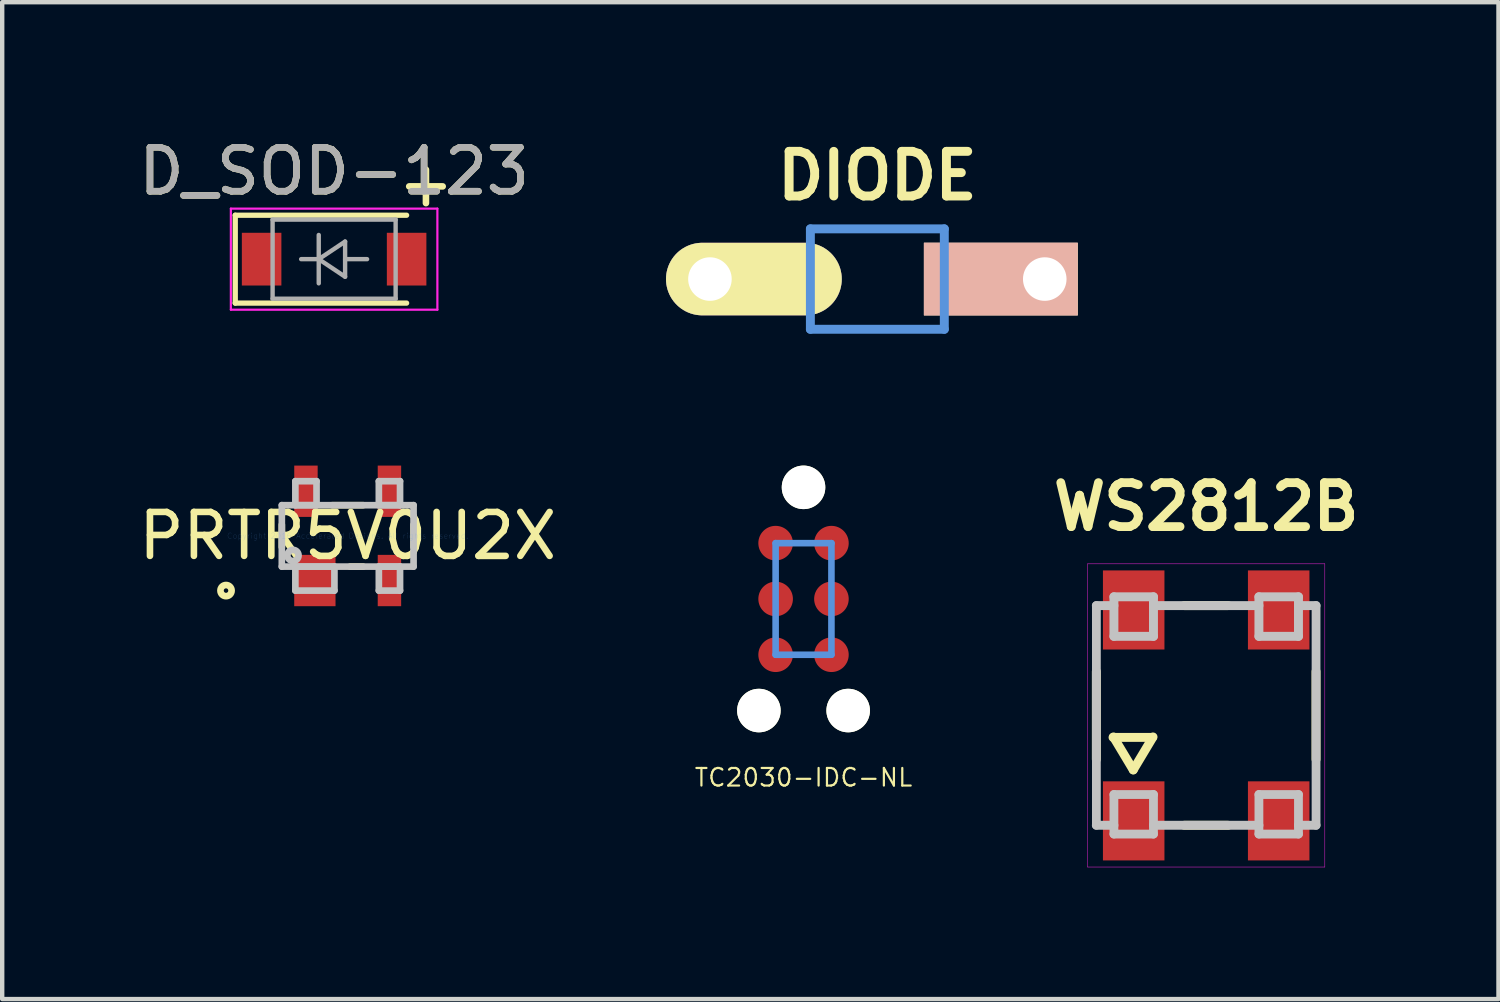
<source format=kicad_pcb>
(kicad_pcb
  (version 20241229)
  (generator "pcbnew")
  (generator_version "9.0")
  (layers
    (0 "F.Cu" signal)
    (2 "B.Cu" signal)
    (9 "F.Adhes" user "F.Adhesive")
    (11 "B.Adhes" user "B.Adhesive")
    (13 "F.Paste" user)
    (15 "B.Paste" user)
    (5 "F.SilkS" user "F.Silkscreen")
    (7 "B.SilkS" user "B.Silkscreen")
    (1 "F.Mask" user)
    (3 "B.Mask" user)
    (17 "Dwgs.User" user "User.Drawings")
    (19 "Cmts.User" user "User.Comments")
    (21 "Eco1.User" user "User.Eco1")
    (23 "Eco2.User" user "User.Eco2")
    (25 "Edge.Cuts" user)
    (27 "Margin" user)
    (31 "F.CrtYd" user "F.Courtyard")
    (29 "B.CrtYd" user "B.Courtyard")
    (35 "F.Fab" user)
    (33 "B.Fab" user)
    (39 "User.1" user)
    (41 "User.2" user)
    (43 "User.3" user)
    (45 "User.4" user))
  (footprint "DIODE"
    (layer "F.Cu")
    (at 16.917 3.301)
    (property "Reference" "DIODE" (at 0 -2.35 0) (layer "F.SilkS") (effects (font (size 1.016 1.016) (thickness 0.203))))
    (attr through_hole)
    (fp_line (start -1.524 -1.143) (end 1.524 -1.143) (stroke (width 0.203) (type solid)) (layer "Cmts.User"))
    (fp_line (start -1.524 1.143) (end -1.524 -1.143) (stroke (width 0.203) (type solid)) (layer "Cmts.User"))
    (fp_line (start 1.524 -1.143) (end 1.524 1.143) (stroke (width 0.203) (type solid)) (layer "Cmts.User"))
    (fp_line (start 1.524 1.143) (end -1.524 1.143) (stroke (width 0.203) (type solid)) (layer "Cmts.User"))
    (pad "1" thru_hole oval (at -3.81 0) (size 4 1.651) (drill 0.991 (offset 1 0)) (layers "*.Cu" "*.Mask" "F.SilkS"))
    (pad "2" thru_hole rect (at 3.81 0) (size 3.5 1.651) (drill 0.991 (offset -1 0)) (layers "*.Cu" "*.SilkS" "*.Mask")))
  (footprint "PRTR5V0U2X"
    (layer "F.Cu")
    (at 4.863 9.146)
    (property "Reference" "PRTR5V0U2X" (at 0 0 0) (layer "F.SilkS") (effects (font (size 1 1) (thickness 0.15))))
    (attr through_hole)
    (fp_line (start -1.499 0.255) (end -1.499 -0.255) (stroke (width 0.152) (type solid)) (layer "F.SilkS"))
    (fp_line (start -0.351 -0.699) (end 0.351 -0.699) (stroke (width 0.152) (type solid)) (layer "F.SilkS"))
    (fp_line (start 0.351 0.699) (end 0.056 0.699) (stroke (width 0.152) (type solid)) (layer "F.SilkS"))
    (fp_line (start 1.499 -0.255) (end 1.499 0.255) (stroke (width 0.152) (type solid)) (layer "F.SilkS"))
    (fp_circle (center -2.769 1.245) (end -2.642 1.245) (stroke (width 0.152) (type solid)) (fill no) (layer "F.SilkS"))
    (fp_line (start -1.499 -0.699) (end 1.499 -0.699) (stroke (width 0.152) (type solid)) (layer "Dwgs.User"))
    (fp_line (start -1.499 0.699) (end -1.499 -0.699) (stroke (width 0.152) (type solid)) (layer "Dwgs.User"))
    (fp_line (start -1.191 -1.245) (end -1.191 -0.699) (stroke (width 0.152) (type solid)) (layer "Dwgs.User"))
    (fp_line (start -1.191 -0.699) (end -0.709 -0.699) (stroke (width 0.152) (type solid)) (layer "Dwgs.User"))
    (fp_line (start -1.191 0.699) (end -1.191 1.245) (stroke (width 0.152) (type solid)) (layer "Dwgs.User"))
    (fp_line (start -1.191 1.245) (end -0.302 1.245) (stroke (width 0.152) (type solid)) (layer "Dwgs.User"))
    (fp_line (start -0.709 -1.245) (end -1.191 -1.245) (stroke (width 0.152) (type solid)) (layer "Dwgs.User"))
    (fp_line (start -0.709 -0.699) (end -0.709 -1.245) (stroke (width 0.152) (type solid)) (layer "Dwgs.User"))
    (fp_line (start -0.302 0.699) (end -1.191 0.699) (stroke (width 0.152) (type solid)) (layer "Dwgs.User"))
    (fp_line (start -0.302 1.245) (end -0.302 0.699) (stroke (width 0.152) (type solid)) (layer "Dwgs.User"))
    (fp_line (start 0.709 -1.245) (end 0.709 -0.699) (stroke (width 0.152) (type solid)) (layer "Dwgs.User"))
    (fp_line (start 0.709 -0.699) (end 1.191 -0.699) (stroke (width 0.152) (type solid)) (layer "Dwgs.User"))
    (fp_line (start 0.709 0.699) (end 0.709 1.245) (stroke (width 0.152) (type solid)) (layer "Dwgs.User"))
    (fp_line (start 0.709 1.245) (end 1.191 1.245) (stroke (width 0.152) (type solid)) (layer "Dwgs.User"))
    (fp_line (start 1.191 -1.245) (end 0.709 -1.245) (stroke (width 0.152) (type solid)) (layer "Dwgs.User"))
    (fp_line (start 1.191 -0.699) (end 1.191 -1.245) (stroke (width 0.152) (type solid)) (layer "Dwgs.User"))
    (fp_line (start 1.191 0.699) (end 0.709 0.699) (stroke (width 0.152) (type solid)) (layer "Dwgs.User"))
    (fp_line (start 1.191 1.245) (end 1.191 0.699) (stroke (width 0.152) (type solid)) (layer "Dwgs.User"))
    (fp_line (start 1.499 -0.699) (end 1.499 0.699) (stroke (width 0.152) (type solid)) (layer "Dwgs.User"))
    (fp_line (start 1.499 0.699) (end -1.499 0.699) (stroke (width 0.152) (type solid)) (layer "Dwgs.User"))
    (fp_circle (center -1.245 0.445) (end -1.118 0.445) (stroke (width 0.152) (type solid)) (fill no) (layer "Dwgs.User"))
    (fp_text user "Copyright 2016 Accelerated Designs. All rights reserved." (at 0 0 0) (layer "Cmts.User") (effects (font (size 0.127 0.127) (thickness 0.002))))
    (pad "1" smd rect (at -0.747 1.016) (size 0.94 1.168) (layers "F.Cu" "F.Mask" "F.Paste"))
    (pad "2" smd rect (at 0.95 1.016) (size 0.533 1.168) (layers "F.Cu" "F.Mask" "F.Paste"))
    (pad "3" smd rect (at 0.95 -1.016) (size 0.533 1.168) (layers "F.Cu" "F.Mask" "F.Paste"))
    (pad "4" smd rect (at -0.95 -1.016) (size 0.533 1.168) (layers "F.Cu" "F.Mask" "F.Paste")))
  (footprint "WS2812B"
    (layer "F.Cu")
    (at 24.401 13.232)
    (property "Reference" "WS2812B" (at 0 -4.75 0) (layer "F.SilkS") (effects (font (size 1 1) (thickness 0.2))))
    (attr through_hole)
    (fp_line (start -2.5 -1) (end -2.5 1) (stroke (width 0.203) (type solid)) (layer "F.SilkS"))
    (fp_line (start -2.12 0.5) (end -1.22 0.5) (stroke (width 0.203) (type solid)) (layer "F.SilkS"))
    (fp_line (start -1.66 1.24) (end -2.11 0.49) (stroke (width 0.203) (type solid)) (layer "F.SilkS"))
    (fp_line (start -1.21 0.49) (end -1.66 1.24) (stroke (width 0.203) (type solid)) (layer "F.SilkS"))
    (fp_line (start -0.5 -2.5) (end 0.5 -2.5) (stroke (width 0.203) (type solid)) (layer "F.SilkS"))
    (fp_line (start -0.5 2.5) (end 0.5 2.5) (stroke (width 0.203) (type solid)) (layer "F.SilkS"))
    (fp_line (start 2.5 -1) (end 2.5 1) (stroke (width 0.203) (type solid)) (layer "F.SilkS"))
    (fp_line (start -2.5 -2.5) (end -2.1 -2.5) (stroke (width 0.203) (type solid)) (layer "Dwgs.User"))
    (fp_line (start -2.5 2.5) (end -2.1 2.5) (stroke (width 0.203) (type solid)) (layer "Dwgs.User"))
    (fp_line (start -2.499 2.499) (end -2.499 -2.499) (stroke (width 0.2) (type solid)) (layer "Dwgs.User"))
    (fp_line (start -2.1 -2.7) (end -1.2 -2.7) (stroke (width 0.203) (type solid)) (layer "Dwgs.User"))
    (fp_line (start -2.1 -1.8) (end -2.1 -2.7) (stroke (width 0.203) (type solid)) (layer "Dwgs.User"))
    (fp_line (start -2.1 1.8) (end -1.2 1.8) (stroke (width 0.2) (type solid)) (layer "Dwgs.User"))
    (fp_line (start -2.1 2.7) (end -2.1 1.8) (stroke (width 0.2) (type solid)) (layer "Dwgs.User"))
    (fp_line (start -1.2 -2.7) (end -1.2 -1.8) (stroke (width 0.203) (type solid)) (layer "Dwgs.User"))
    (fp_line (start -1.2 -2.5) (end 1.2 -2.5) (stroke (width 0.203) (type solid)) (layer "Dwgs.User"))
    (fp_line (start -1.2 -1.8) (end -2.1 -1.8) (stroke (width 0.203) (type solid)) (layer "Dwgs.User"))
    (fp_line (start -1.2 1.8) (end -1.2 2.7) (stroke (width 0.2) (type solid)) (layer "Dwgs.User"))
    (fp_line (start -1.2 2.5) (end 1.2 2.5) (stroke (width 0.203) (type solid)) (layer "Dwgs.User"))
    (fp_line (start -1.2 2.7) (end -2.1 2.7) (stroke (width 0.2) (type solid)) (layer "Dwgs.User"))
    (fp_line (start 1.2 -2.7) (end 1.2 -1.8) (stroke (width 0.203) (type solid)) (layer "Dwgs.User"))
    (fp_line (start 1.2 -1.8) (end 2.1 -1.8) (stroke (width 0.203) (type solid)) (layer "Dwgs.User"))
    (fp_line (start 1.2 1.8) (end 2.1 1.8) (stroke (width 0.2) (type solid)) (layer "Dwgs.User"))
    (fp_line (start 1.2 2.7) (end 1.2 1.8) (stroke (width 0.2) (type solid)) (layer "Dwgs.User"))
    (fp_line (start 2.1 -2.7) (end 1.2 -2.7) (stroke (width 0.203) (type solid)) (layer "Dwgs.User"))
    (fp_line (start 2.1 -2.5) (end 2.5 -2.5) (stroke (width 0.203) (type solid)) (layer "Dwgs.User"))
    (fp_line (start 2.1 -1.8) (end 2.1 -2.7) (stroke (width 0.203) (type solid)) (layer "Dwgs.User"))
    (fp_line (start 2.1 1.8) (end 2.1 2.7) (stroke (width 0.2) (type solid)) (layer "Dwgs.User"))
    (fp_line (start 2.1 2.5) (end 2.5 2.5) (stroke (width 0.203) (type solid)) (layer "Dwgs.User"))
    (fp_line (start 2.1 2.7) (end 1.2 2.7) (stroke (width 0.2) (type solid)) (layer "Dwgs.User"))
    (fp_line (start 2.5 -2.5) (end 2.5 2.5) (stroke (width 0.2) (type solid)) (layer "Dwgs.User"))
    (fp_line (start -2.7 -3.45) (end 2.7 -3.45) (stroke (width 0.01) (type solid)) (layer "F.CrtYd"))
    (fp_line (start -2.7 3.45) (end -2.7 -3.45) (stroke (width 0.01) (type solid)) (layer "F.CrtYd"))
    (fp_line (start 2.7 -3.45) (end 2.7 3.45) (stroke (width 0.01) (type solid)) (layer "F.CrtYd"))
    (fp_line (start 2.7 3.45) (end -2.7 3.45) (stroke (width 0.01) (type solid)) (layer "F.CrtYd"))
    (pad "1" smd rect (at 1.65 -2.4) (size 1.4 1.8) (layers "F.Cu" "F.Mask" "F.Paste"))
    (pad "2" smd rect (at -1.65 -2.4) (size 1.4 1.8) (layers "F.Cu" "F.Mask" "F.Paste"))
    (pad "3" smd rect (at -1.65 2.4) (size 1.4 1.8) (layers "F.Cu" "F.Mask" "F.Paste"))
    (pad "4" smd rect (at 1.65 2.4) (size 1.4 1.8) (layers "F.Cu" "F.Mask" "F.Paste")))
  (footprint "TC2030-IDC-NL"
    (layer "F.Cu")
    (at 15.237 10.581)
    (property "Reference" "TC2030-IDC-NL" (at 0 4.064 0) (layer "F.SilkS") (effects (font (size 0.4 0.4) (thickness 0.05))))
    (attr exclude_from_pos_files exclude_from_bom)
    (fp_line (start -0.635 -1.27) (end 0.635 -1.27) (stroke (width 0.15) (type solid)) (layer "Cmts.User"))
    (fp_line (start -0.635 1.27) (end -0.635 -1.27) (stroke (width 0.15) (type solid)) (layer "Cmts.User"))
    (fp_line (start 0.635 -1.27) (end 0.635 1.27) (stroke (width 0.15) (type solid)) (layer "Cmts.User"))
    (fp_line (start 0.635 1.27) (end -0.635 1.27) (stroke (width 0.15) (type solid)) (layer "Cmts.User"))
    (pad "" np_thru_hole circle (at -1.016 2.54) (size 0.991 0.991) (drill 0.991) (layers "*.Cu" "*.Mask" "F.SilkS"))
    (pad "" np_thru_hole circle (at 0 -2.54) (size 0.991 0.991) (drill 0.991) (layers "*.Cu" "*.Mask" "F.SilkS"))
    (pad "" np_thru_hole circle (at 1.016 2.54) (size 0.991 0.991) (drill 0.991) (layers "*.Cu" "*.Mask" "F.SilkS"))
    (pad "1" smd circle (at -0.635 -1.27) (size 0.787 0.787) (layers "F.Cu" "F.Mask"))
    (pad "2" smd circle (at 0.635 -1.27) (size 0.787 0.787) (layers "F.Cu" "F.Mask"))
    (pad "3" smd circle (at -0.635 0) (size 0.787 0.787) (layers "F.Cu" "F.Mask"))
    (pad "4" smd circle (at 0.635 0) (size 0.787 0.787) (layers "F.Cu" "F.Mask"))
    (pad "5" smd circle (at -0.635 1.27) (size 0.787 0.787) (layers "F.Cu" "F.Mask"))
    (pad "6" smd circle (at 0.635 1.27) (size 0.787 0.787) (layers "F.Cu" "F.Mask")))
  (footprint "D_SOD-123"
    (layer "F.Cu")
    (at 4.554 2.848)
    (property "Reference" "D_SOD-123" (at 0 -2 0) (layer "F.SilkS") (effects (font (size 1 1) (thickness 0.15))))
    (attr smd)
    (fp_line (start -2.25 -1) (end -2.25 1) (stroke (width 0.12) (type solid)) (layer "F.SilkS"))
    (fp_line (start -2.25 -1) (end 1.65 -1) (stroke (width 0.12) (type solid)) (layer "F.SilkS"))
    (fp_line (start -2.25 1) (end 1.65 1) (stroke (width 0.12) (type solid)) (layer "F.SilkS"))
    (fp_line (start -2.35 -1.15) (end -2.35 1.15) (stroke (width 0.05) (type solid)) (layer "F.CrtYd"))
    (fp_line (start -2.35 -1.15) (end 2.35 -1.15) (stroke (width 0.05) (type solid)) (layer "F.CrtYd"))
    (fp_line (start 2.35 -1.15) (end 2.35 1.15) (stroke (width 0.05) (type solid)) (layer "F.CrtYd"))
    (fp_line (start 2.35 1.15) (end -2.35 1.15) (stroke (width 0.05) (type solid)) (layer "F.CrtYd"))
    (fp_line (start -1.4 -0.9) (end 1.4 -0.9) (stroke (width 0.1) (type solid)) (layer "F.Fab"))
    (fp_line (start -1.4 0.9) (end -1.4 -0.9) (stroke (width 0.1) (type solid)) (layer "F.Fab"))
    (fp_line (start -0.75 0) (end -0.35 0) (stroke (width 0.1) (type solid)) (layer "F.Fab"))
    (fp_line (start -0.35 0) (end -0.35 -0.55) (stroke (width 0.1) (type solid)) (layer "F.Fab"))
    (fp_line (start -0.35 0) (end -0.35 0.55) (stroke (width 0.1) (type solid)) (layer "F.Fab"))
    (fp_line (start -0.35 0) (end 0.25 -0.4) (stroke (width 0.1) (type solid)) (layer "F.Fab"))
    (fp_line (start 0.25 -0.4) (end 0.25 0.4) (stroke (width 0.1) (type solid)) (layer "F.Fab"))
    (fp_line (start 0.25 0) (end 0.75 0) (stroke (width 0.1) (type solid)) (layer "F.Fab"))
    (fp_line (start 0.25 0.4) (end -0.35 0) (stroke (width 0.1) (type solid)) (layer "F.Fab"))
    (fp_line (start 1.4 -0.9) (end 1.4 0.9) (stroke (width 0.1) (type solid)) (layer "F.Fab"))
    (fp_line (start 1.4 0.9) (end -1.4 0.9) (stroke (width 0.1) (type solid)) (layer "F.Fab"))
    (fp_text user "+" (at 2.09 -1.73 0) (layer "F.SilkS") (effects (font (size 1 1) (thickness 0.15))))
    (fp_text user "${REFERENCE}" (at 0 -2 0) (layer "F.Fab") (effects (font (size 1 1) (thickness 0.15))))
    (pad "1" smd rect (at -1.65 0) (size 0.9 1.2) (layers "F.Cu" "F.Mask" "F.Paste"))
    (pad "2" smd rect (at 1.65 0) (size 0.9 1.2) (layers "F.Cu" "F.Mask" "F.Paste")))
  (gr_rect
    (start -3 -3)
    (end 31.053 19.687)
    (stroke (width 0.1) (type default))
    (fill no)
    (layer "Edge.Cuts")))
</source>
